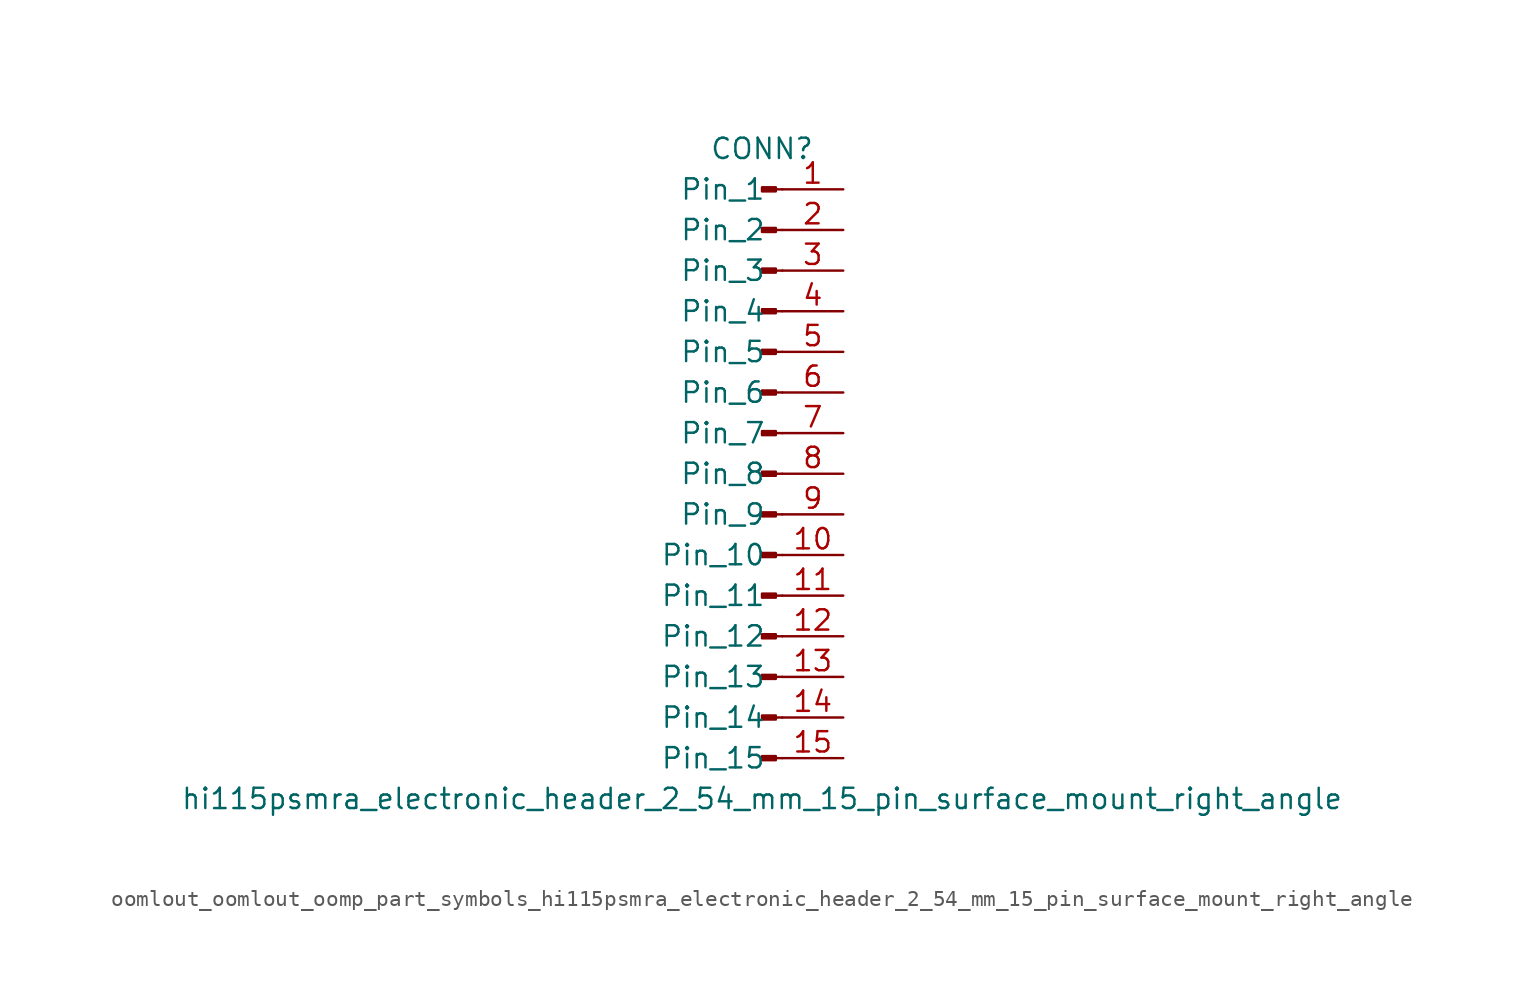
<source format=kicad_sym>
(kicad_symbol_lib
  (version 20220914)
  (generator kicad_symbol_editor)
  (symbol "oomlout_oomlout_oomp_part_symbols_hi115psmra_electronic_header_2_54_mm_15_pin_surface_mount_right_angle"
    (pin_names
      (offset 1.016))
    (property "Reference" "CONN"
      (at 0 20.32 0)
      (effects (font (size 1.27 1.27))))
    (property "Value" "hi115psmra_electronic_header_2_54_mm_15_pin_surface_mount_right_angle"
      (at 0 -20.32 0)
      (effects (font (size 1.27 1.27))))
    (property "ki_locked" ""
      (at 0 0 0)
      (effects (font (size 1.27 1.27))))
    (symbol "oomlout_oomlout_oomp_part_symbols_hi115psmra_electronic_header_2_54_mm_15_pin_surface_mount_right_angle_1_1"
      (polyline (pts (xy 1.27 -17.78) (xy 0.864 -17.78)) (stroke (width 0.152) (type default)) (fill (type none)))
      (polyline (pts (xy 1.27 -15.24) (xy 0.864 -15.24)) (stroke (width 0.152) (type default)) (fill (type none)))
      (polyline (pts (xy 1.27 -12.7) (xy 0.864 -12.7)) (stroke (width 0.152) (type default)) (fill (type none)))
      (polyline (pts (xy 1.27 -10.16) (xy 0.864 -10.16)) (stroke (width 0.152) (type default)) (fill (type none)))
      (polyline (pts (xy 1.27 -7.62) (xy 0.864 -7.62)) (stroke (width 0.152) (type default)) (fill (type none)))
      (polyline (pts (xy 1.27 -5.08) (xy 0.864 -5.08)) (stroke (width 0.152) (type default)) (fill (type none)))
      (polyline (pts (xy 1.27 -2.54) (xy 0.864 -2.54)) (stroke (width 0.152) (type default)) (fill (type none)))
      (polyline (pts (xy 1.27 0) (xy 0.864 0)) (stroke (width 0.152) (type default)) (fill (type none)))
      (polyline (pts (xy 1.27 2.54) (xy 0.864 2.54)) (stroke (width 0.152) (type default)) (fill (type none)))
      (polyline (pts (xy 1.27 5.08) (xy 0.864 5.08)) (stroke (width 0.152) (type default)) (fill (type none)))
      (polyline (pts (xy 1.27 7.62) (xy 0.864 7.62)) (stroke (width 0.152) (type default)) (fill (type none)))
      (polyline (pts (xy 1.27 10.16) (xy 0.864 10.16)) (stroke (width 0.152) (type default)) (fill (type none)))
      (polyline (pts (xy 1.27 12.7) (xy 0.864 12.7)) (stroke (width 0.152) (type default)) (fill (type none)))
      (polyline (pts (xy 1.27 15.24) (xy 0.864 15.24)) (stroke (width 0.152) (type default)) (fill (type none)))
      (polyline (pts (xy 1.27 17.78) (xy 0.864 17.78)) (stroke (width 0.152) (type default)) (fill (type none)))
      (rectangle (start 0.864 -17.653) (end 0 -17.907) (stroke (width 0.152) (type default)) (fill (type outline)))
      (rectangle (start 0.864 -15.113) (end 0 -15.367) (stroke (width 0.152) (type default)) (fill (type outline)))
      (rectangle (start 0.864 -12.573) (end 0 -12.827) (stroke (width 0.152) (type default)) (fill (type outline)))
      (rectangle (start 0.864 -10.033) (end 0 -10.287) (stroke (width 0.152) (type default)) (fill (type outline)))
      (rectangle (start 0.864 -7.493) (end 0 -7.747) (stroke (width 0.152) (type default)) (fill (type outline)))
      (rectangle (start 0.864 -4.953) (end 0 -5.207) (stroke (width 0.152) (type default)) (fill (type outline)))
      (rectangle (start 0.864 -2.413) (end 0 -2.667) (stroke (width 0.152) (type default)) (fill (type outline)))
      (rectangle (start 0.864 0.127) (end 0 -0.127) (stroke (width 0.152) (type default)) (fill (type outline)))
      (rectangle (start 0.864 2.667) (end 0 2.413) (stroke (width 0.152) (type default)) (fill (type outline)))
      (rectangle (start 0.864 5.207) (end 0 4.953) (stroke (width 0.152) (type default)) (fill (type outline)))
      (rectangle (start 0.864 7.747) (end 0 7.493) (stroke (width 0.152) (type default)) (fill (type outline)))
      (rectangle (start 0.864 10.287) (end 0 10.033) (stroke (width 0.152) (type default)) (fill (type outline)))
      (rectangle (start 0.864 12.827) (end 0 12.573) (stroke (width 0.152) (type default)) (fill (type outline)))
      (rectangle (start 0.864 15.367) (end 0 15.113) (stroke (width 0.152) (type default)) (fill (type outline)))
      (rectangle (start 0.864 17.907) (end 0 17.653) (stroke (width 0.152) (type default)) (fill (type outline)))
      (pin passive line (at 5.08 17.78 180) (length 3.81) (name "Pin_1" (effects (font (size 1.27 1.27)))) (number "1" (effects (font (size 1.27 1.27)))))
      (pin passive line (at 5.08 -5.08 180) (length 3.81) (name "Pin_10" (effects (font (size 1.27 1.27)))) (number "10" (effects (font (size 1.27 1.27)))))
      (pin passive line (at 5.08 -7.62 180) (length 3.81) (name "Pin_11" (effects (font (size 1.27 1.27)))) (number "11" (effects (font (size 1.27 1.27)))))
      (pin passive line (at 5.08 -10.16 180) (length 3.81) (name "Pin_12" (effects (font (size 1.27 1.27)))) (number "12" (effects (font (size 1.27 1.27)))))
      (pin passive line (at 5.08 -12.7 180) (length 3.81) (name "Pin_13" (effects (font (size 1.27 1.27)))) (number "13" (effects (font (size 1.27 1.27)))))
      (pin passive line (at 5.08 -15.24 180) (length 3.81) (name "Pin_14" (effects (font (size 1.27 1.27)))) (number "14" (effects (font (size 1.27 1.27)))))
      (pin passive line (at 5.08 -17.78 180) (length 3.81) (name "Pin_15" (effects (font (size 1.27 1.27)))) (number "15" (effects (font (size 1.27 1.27)))))
      (pin passive line (at 5.08 15.24 180) (length 3.81) (name "Pin_2" (effects (font (size 1.27 1.27)))) (number "2" (effects (font (size 1.27 1.27)))))
      (pin passive line (at 5.08 12.7 180) (length 3.81) (name "Pin_3" (effects (font (size 1.27 1.27)))) (number "3" (effects (font (size 1.27 1.27)))))
      (pin passive line (at 5.08 10.16 180) (length 3.81) (name "Pin_4" (effects (font (size 1.27 1.27)))) (number "4" (effects (font (size 1.27 1.27)))))
      (pin passive line (at 5.08 7.62 180) (length 3.81) (name "Pin_5" (effects (font (size 1.27 1.27)))) (number "5" (effects (font (size 1.27 1.27)))))
      (pin passive line (at 5.08 5.08 180) (length 3.81) (name "Pin_6" (effects (font (size 1.27 1.27)))) (number "6" (effects (font (size 1.27 1.27)))))
      (pin passive line (at 5.08 2.54 180) (length 3.81) (name "Pin_7" (effects (font (size 1.27 1.27)))) (number "7" (effects (font (size 1.27 1.27)))))
      (pin passive line (at 5.08 0 180) (length 3.81) (name "Pin_8" (effects (font (size 1.27 1.27)))) (number "8" (effects (font (size 1.27 1.27)))))
      (pin passive line (at 5.08 -2.54 180) (length 3.81) (name "Pin_9" (effects (font (size 1.27 1.27)))) (number "9" (effects (font (size 1.27 1.27))))))))
</source>
